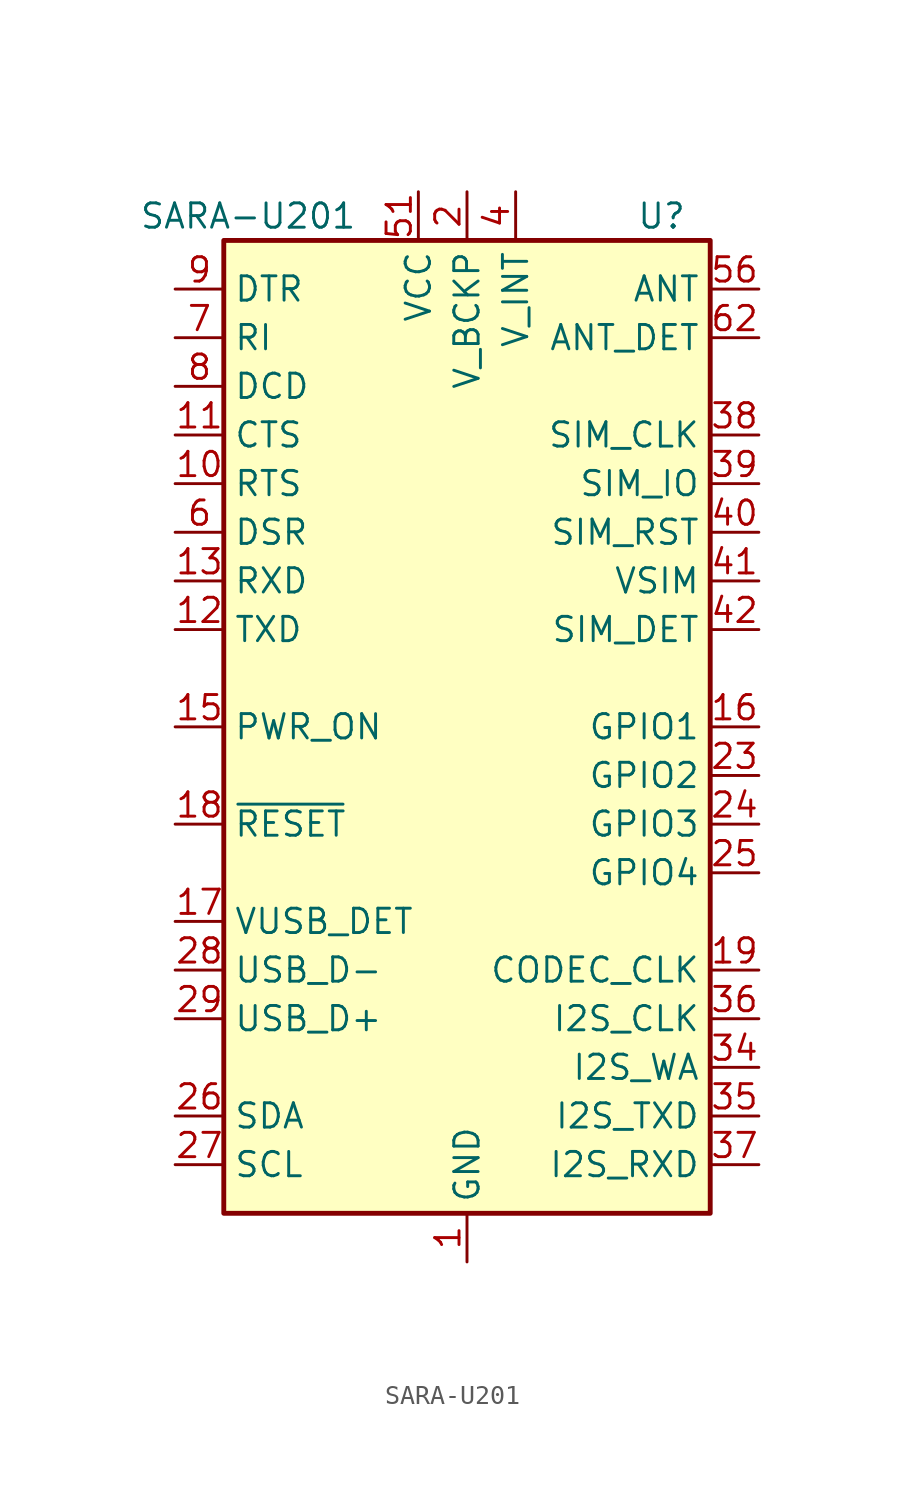
<source format=kicad_sym>
(kicad_symbol_lib
  (version 20220914)
  (generator kicad_symbol_editor)
  (symbol "SARA-U201"
    (property "Reference" "U"
      (at 10.16 26.67 0)
      (effects (font (size 1.27 1.27))))
    (property "Value" "SARA-U201"
      (at -11.43 26.67 0)
      (effects (font (size 1.27 1.27))))
    (symbol "SARA-U201_0_1"
      (rectangle (start -12.7 25.4) (end 12.7 -25.4) (stroke (width 0.254) (type default)) (fill (type background))))
    (symbol "SARA-U201_1_1"
      (pin power_in line (at 0 -27.94 90) (length 2.54) (name "GND" (effects (font (size 1.27 1.27)))) (number "1" (effects (font (size 1.27 1.27)))))
      (pin input line (at -15.24 12.7 0) (length 2.54) (name "RTS" (effects (font (size 1.27 1.27)))) (number "10" (effects (font (size 1.27 1.27)))))
      (pin output line (at -15.24 15.24 0) (length 2.54) (name "CTS" (effects (font (size 1.27 1.27)))) (number "11" (effects (font (size 1.27 1.27)))))
      (pin input line (at -15.24 5.08 0) (length 2.54) (name "TXD" (effects (font (size 1.27 1.27)))) (number "12" (effects (font (size 1.27 1.27)))))
      (pin output line (at -15.24 7.62 0) (length 2.54) (name "RXD" (effects (font (size 1.27 1.27)))) (number "13" (effects (font (size 1.27 1.27)))))
      (pin passive line (at 0 -27.94 90) (length 2.54) hide (name "GND" (effects (font (size 1.27 1.27)))) (number "14" (effects (font (size 1.27 1.27)))))
      (pin input line (at -15.24 0 0) (length 2.54) (name "PWR_ON" (effects (font (size 1.27 1.27)))) (number "15" (effects (font (size 1.27 1.27)))))
      (pin bidirectional line (at 15.24 0 180) (length 2.54) (name "GPIO1" (effects (font (size 1.27 1.27)))) (number "16" (effects (font (size 1.27 1.27)))))
      (pin input line (at -15.24 -10.16 0) (length 2.54) (name "VUSB_DET" (effects (font (size 1.27 1.27)))) (number "17" (effects (font (size 1.27 1.27)))))
      (pin input line (at -15.24 -5.08 0) (length 2.54) (name "~{RESET}" (effects (font (size 1.27 1.27)))) (number "18" (effects (font (size 1.27 1.27)))))
      (pin output line (at 15.24 -12.7 180) (length 2.54) (name "CODEC_CLK" (effects (font (size 1.27 1.27)))) (number "19" (effects (font (size 1.27 1.27)))))
      (pin power_out line (at 0 27.94 270) (length 2.54) (name "V_BCKP" (effects (font (size 1.27 1.27)))) (number "2" (effects (font (size 1.27 1.27)))))
      (pin passive line (at 0 -27.94 90) (length 2.54) hide (name "GND" (effects (font (size 1.27 1.27)))) (number "20" (effects (font (size 1.27 1.27)))))
      (pin passive line (at 0 -27.94 90) (length 2.54) hide (name "GND" (effects (font (size 1.27 1.27)))) (number "21" (effects (font (size 1.27 1.27)))))
      (pin passive line (at 0 -27.94 90) (length 2.54) hide (name "GND" (effects (font (size 1.27 1.27)))) (number "22" (effects (font (size 1.27 1.27)))))
      (pin bidirectional line (at 15.24 -2.54 180) (length 2.54) (name "GPIO2" (effects (font (size 1.27 1.27)))) (number "23" (effects (font (size 1.27 1.27)))))
      (pin bidirectional line (at 15.24 -5.08 180) (length 2.54) (name "GPIO3" (effects (font (size 1.27 1.27)))) (number "24" (effects (font (size 1.27 1.27)))))
      (pin bidirectional line (at 15.24 -7.62 180) (length 2.54) (name "GPIO4" (effects (font (size 1.27 1.27)))) (number "25" (effects (font (size 1.27 1.27)))))
      (pin bidirectional line (at -15.24 -20.32 0) (length 2.54) (name "SDA" (effects (font (size 1.27 1.27)))) (number "26" (effects (font (size 1.27 1.27)))))
      (pin output line (at -15.24 -22.86 0) (length 2.54) (name "SCL" (effects (font (size 1.27 1.27)))) (number "27" (effects (font (size 1.27 1.27)))))
      (pin bidirectional line (at -15.24 -12.7 0) (length 2.54) (name "USB_D-" (effects (font (size 1.27 1.27)))) (number "28" (effects (font (size 1.27 1.27)))))
      (pin bidirectional line (at -15.24 -15.24 0) (length 2.54) (name "USB_D+" (effects (font (size 1.27 1.27)))) (number "29" (effects (font (size 1.27 1.27)))))
      (pin passive line (at 0 -27.94 90) (length 2.54) hide (name "GND" (effects (font (size 1.27 1.27)))) (number "3" (effects (font (size 1.27 1.27)))))
      (pin passive line (at 0 -27.94 90) (length 2.54) hide (name "GND" (effects (font (size 1.27 1.27)))) (number "30" (effects (font (size 1.27 1.27)))))
      (pin no_connect line (at -12.7 2.54 0) (length 2.54) hide (name "RSVD" (effects (font (size 1.27 1.27)))) (number "31" (effects (font (size 1.27 1.27)))))
      (pin passive line (at 0 -27.94 90) (length 2.54) hide (name "GND" (effects (font (size 1.27 1.27)))) (number "32" (effects (font (size 1.27 1.27)))))
      (pin no_connect line (at -12.7 -2.54 0) (length 2.54) hide (name "RSVD" (effects (font (size 1.27 1.27)))) (number "33" (effects (font (size 1.27 1.27)))))
      (pin bidirectional line (at 15.24 -17.78 180) (length 2.54) (name "I2S_WA" (effects (font (size 1.27 1.27)))) (number "34" (effects (font (size 1.27 1.27)))))
      (pin output line (at 15.24 -20.32 180) (length 2.54) (name "I2S_TXD" (effects (font (size 1.27 1.27)))) (number "35" (effects (font (size 1.27 1.27)))))
      (pin output line (at 15.24 -15.24 180) (length 2.54) (name "I2S_CLK" (effects (font (size 1.27 1.27)))) (number "36" (effects (font (size 1.27 1.27)))))
      (pin input line (at 15.24 -22.86 180) (length 2.54) (name "I2S_RXD" (effects (font (size 1.27 1.27)))) (number "37" (effects (font (size 1.27 1.27)))))
      (pin output line (at 15.24 15.24 180) (length 2.54) (name "SIM_CLK" (effects (font (size 1.27 1.27)))) (number "38" (effects (font (size 1.27 1.27)))))
      (pin bidirectional line (at 15.24 12.7 180) (length 2.54) (name "SIM_IO" (effects (font (size 1.27 1.27)))) (number "39" (effects (font (size 1.27 1.27)))))
      (pin power_out line (at 2.54 27.94 270) (length 2.54) (name "V_INT" (effects (font (size 1.27 1.27)))) (number "4" (effects (font (size 1.27 1.27)))))
      (pin output line (at 15.24 10.16 180) (length 2.54) (name "SIM_RST" (effects (font (size 1.27 1.27)))) (number "40" (effects (font (size 1.27 1.27)))))
      (pin power_out line (at 15.24 7.62 180) (length 2.54) (name "VSIM" (effects (font (size 1.27 1.27)))) (number "41" (effects (font (size 1.27 1.27)))))
      (pin input line (at 15.24 5.08 180) (length 2.54) (name "SIM_DET" (effects (font (size 1.27 1.27)))) (number "42" (effects (font (size 1.27 1.27)))))
      (pin passive line (at 0 -27.94 90) (length 2.54) hide (name "GND" (effects (font (size 1.27 1.27)))) (number "43" (effects (font (size 1.27 1.27)))))
      (pin no_connect line (at -12.7 -7.62 0) (length 2.54) hide (name "RSVD" (effects (font (size 1.27 1.27)))) (number "44" (effects (font (size 1.27 1.27)))))
      (pin no_connect line (at -12.7 -17.78 0) (length 2.54) hide (name "RSVD" (effects (font (size 1.27 1.27)))) (number "45" (effects (font (size 1.27 1.27)))))
      (pin no_connect line (at -2.54 -25.4 90) (length 2.54) hide (name "RSVD" (effects (font (size 1.27 1.27)))) (number "46" (effects (font (size 1.27 1.27)))))
      (pin no_connect line (at 12.7 -10.16 180) (length 2.54) hide (name "RSVD" (effects (font (size 1.27 1.27)))) (number "47" (effects (font (size 1.27 1.27)))))
      (pin no_connect line (at 12.7 2.54 180) (length 2.54) hide (name "RSVD" (effects (font (size 1.27 1.27)))) (number "48" (effects (font (size 1.27 1.27)))))
      (pin no_connect line (at 12.7 17.78 180) (length 2.54) hide (name "RSVD" (effects (font (size 1.27 1.27)))) (number "49" (effects (font (size 1.27 1.27)))))
      (pin passive line (at 0 -27.94 90) (length 2.54) hide (name "GND" (effects (font (size 1.27 1.27)))) (number "5" (effects (font (size 1.27 1.27)))))
      (pin passive line (at 0 -27.94 90) (length 2.54) hide (name "GND" (effects (font (size 1.27 1.27)))) (number "50" (effects (font (size 1.27 1.27)))))
      (pin power_in line (at -2.54 27.94 270) (length 2.54) (name "VCC" (effects (font (size 1.27 1.27)))) (number "51" (effects (font (size 1.27 1.27)))))
      (pin passive line (at -2.54 27.94 270) (length 2.54) hide (name "VCC" (effects (font (size 1.27 1.27)))) (number "52" (effects (font (size 1.27 1.27)))))
      (pin passive line (at -2.54 27.94 270) (length 2.54) hide (name "VCC" (effects (font (size 1.27 1.27)))) (number "53" (effects (font (size 1.27 1.27)))))
      (pin passive line (at 0 -27.94 90) (length 2.54) hide (name "GND" (effects (font (size 1.27 1.27)))) (number "54" (effects (font (size 1.27 1.27)))))
      (pin passive line (at 0 -27.94 90) (length 2.54) hide (name "GND" (effects (font (size 1.27 1.27)))) (number "55" (effects (font (size 1.27 1.27)))))
      (pin passive line (at 15.24 22.86 180) (length 2.54) (name "ANT" (effects (font (size 1.27 1.27)))) (number "56" (effects (font (size 1.27 1.27)))))
      (pin passive line (at 0 -27.94 90) (length 2.54) hide (name "GND" (effects (font (size 1.27 1.27)))) (number "57" (effects (font (size 1.27 1.27)))))
      (pin passive line (at 0 -27.94 90) (length 2.54) hide (name "GND" (effects (font (size 1.27 1.27)))) (number "58" (effects (font (size 1.27 1.27)))))
      (pin passive line (at 0 -27.94 90) (length 2.54) hide (name "GND" (effects (font (size 1.27 1.27)))) (number "59" (effects (font (size 1.27 1.27)))))
      (pin output line (at -15.24 10.16 0) (length 2.54) (name "DSR" (effects (font (size 1.27 1.27)))) (number "6" (effects (font (size 1.27 1.27)))))
      (pin passive line (at 0 -27.94 90) (length 2.54) hide (name "GND" (effects (font (size 1.27 1.27)))) (number "60" (effects (font (size 1.27 1.27)))))
      (pin passive line (at 0 -27.94 90) (length 2.54) hide (name "GND" (effects (font (size 1.27 1.27)))) (number "61" (effects (font (size 1.27 1.27)))))
      (pin input line (at 15.24 20.32 180) (length 2.54) (name "ANT_DET" (effects (font (size 1.27 1.27)))) (number "62" (effects (font (size 1.27 1.27)))))
      (pin passive line (at 0 -27.94 90) (length 2.54) hide (name "GND" (effects (font (size 1.27 1.27)))) (number "63" (effects (font (size 1.27 1.27)))))
      (pin passive line (at 0 -27.94 90) (length 2.54) hide (name "GND" (effects (font (size 1.27 1.27)))) (number "64" (effects (font (size 1.27 1.27)))))
      (pin passive line (at 0 -27.94 90) (length 2.54) hide (name "GND" (effects (font (size 1.27 1.27)))) (number "65" (effects (font (size 1.27 1.27)))))
      (pin passive line (at 0 -27.94 90) (length 2.54) hide (name "GND" (effects (font (size 1.27 1.27)))) (number "66" (effects (font (size 1.27 1.27)))))
      (pin passive line (at 0 -27.94 90) (length 2.54) hide (name "GND" (effects (font (size 1.27 1.27)))) (number "67" (effects (font (size 1.27 1.27)))))
      (pin passive line (at 0 -27.94 90) (length 2.54) hide (name "GND" (effects (font (size 1.27 1.27)))) (number "68" (effects (font (size 1.27 1.27)))))
      (pin passive line (at 0 -27.94 90) (length 2.54) hide (name "GND" (effects (font (size 1.27 1.27)))) (number "69" (effects (font (size 1.27 1.27)))))
      (pin output line (at -15.24 20.32 0) (length 2.54) (name "RI" (effects (font (size 1.27 1.27)))) (number "7" (effects (font (size 1.27 1.27)))))
      (pin passive line (at 0 -27.94 90) (length 2.54) hide (name "GND" (effects (font (size 1.27 1.27)))) (number "70" (effects (font (size 1.27 1.27)))))
      (pin passive line (at 0 -27.94 90) (length 2.54) hide (name "GND" (effects (font (size 1.27 1.27)))) (number "71" (effects (font (size 1.27 1.27)))))
      (pin passive line (at 0 -27.94 90) (length 2.54) hide (name "GND" (effects (font (size 1.27 1.27)))) (number "72" (effects (font (size 1.27 1.27)))))
      (pin passive line (at 0 -27.94 90) (length 2.54) hide (name "GND" (effects (font (size 1.27 1.27)))) (number "73" (effects (font (size 1.27 1.27)))))
      (pin passive line (at 0 -27.94 90) (length 2.54) hide (name "GND" (effects (font (size 1.27 1.27)))) (number "74" (effects (font (size 1.27 1.27)))))
      (pin passive line (at 0 -27.94 90) (length 2.54) hide (name "GND" (effects (font (size 1.27 1.27)))) (number "75" (effects (font (size 1.27 1.27)))))
      (pin passive line (at 0 -27.94 90) (length 2.54) hide (name "GND" (effects (font (size 1.27 1.27)))) (number "76" (effects (font (size 1.27 1.27)))))
      (pin passive line (at 0 -27.94 90) (length 2.54) hide (name "GND" (effects (font (size 1.27 1.27)))) (number "77" (effects (font (size 1.27 1.27)))))
      (pin passive line (at 0 -27.94 90) (length 2.54) hide (name "GND" (effects (font (size 1.27 1.27)))) (number "78" (effects (font (size 1.27 1.27)))))
      (pin passive line (at 0 -27.94 90) (length 2.54) hide (name "GND" (effects (font (size 1.27 1.27)))) (number "79" (effects (font (size 1.27 1.27)))))
      (pin output line (at -15.24 17.78 0) (length 2.54) (name "DCD" (effects (font (size 1.27 1.27)))) (number "8" (effects (font (size 1.27 1.27)))))
      (pin passive line (at 0 -27.94 90) (length 2.54) hide (name "GND" (effects (font (size 1.27 1.27)))) (number "80" (effects (font (size 1.27 1.27)))))
      (pin passive line (at 0 -27.94 90) (length 2.54) hide (name "GND" (effects (font (size 1.27 1.27)))) (number "81" (effects (font (size 1.27 1.27)))))
      (pin passive line (at 0 -27.94 90) (length 2.54) hide (name "GND" (effects (font (size 1.27 1.27)))) (number "82" (effects (font (size 1.27 1.27)))))
      (pin passive line (at 0 -27.94 90) (length 2.54) hide (name "GND" (effects (font (size 1.27 1.27)))) (number "83" (effects (font (size 1.27 1.27)))))
      (pin passive line (at 0 -27.94 90) (length 2.54) hide (name "GND" (effects (font (size 1.27 1.27)))) (number "84" (effects (font (size 1.27 1.27)))))
      (pin passive line (at 0 -27.94 90) (length 2.54) hide (name "GND" (effects (font (size 1.27 1.27)))) (number "85" (effects (font (size 1.27 1.27)))))
      (pin passive line (at 0 -27.94 90) (length 2.54) hide (name "GND" (effects (font (size 1.27 1.27)))) (number "86" (effects (font (size 1.27 1.27)))))
      (pin passive line (at 0 -27.94 90) (length 2.54) hide (name "GND" (effects (font (size 1.27 1.27)))) (number "87" (effects (font (size 1.27 1.27)))))
      (pin passive line (at 0 -27.94 90) (length 2.54) hide (name "GND" (effects (font (size 1.27 1.27)))) (number "88" (effects (font (size 1.27 1.27)))))
      (pin passive line (at 0 -27.94 90) (length 2.54) hide (name "GND" (effects (font (size 1.27 1.27)))) (number "89" (effects (font (size 1.27 1.27)))))
      (pin input line (at -15.24 22.86 0) (length 2.54) (name "DTR" (effects (font (size 1.27 1.27)))) (number "9" (effects (font (size 1.27 1.27)))))
      (pin passive line (at 0 -27.94 90) (length 2.54) hide (name "GND" (effects (font (size 1.27 1.27)))) (number "90" (effects (font (size 1.27 1.27)))))
      (pin passive line (at 0 -27.94 90) (length 2.54) hide (name "GND" (effects (font (size 1.27 1.27)))) (number "91" (effects (font (size 1.27 1.27)))))
      (pin passive line (at 0 -27.94 90) (length 2.54) hide (name "GND" (effects (font (size 1.27 1.27)))) (number "92" (effects (font (size 1.27 1.27)))))
      (pin passive line (at 0 -27.94 90) (length 2.54) hide (name "GND" (effects (font (size 1.27 1.27)))) (number "93" (effects (font (size 1.27 1.27)))))
      (pin passive line (at 0 -27.94 90) (length 2.54) hide (name "GND" (effects (font (size 1.27 1.27)))) (number "94" (effects (font (size 1.27 1.27)))))
      (pin passive line (at 0 -27.94 90) (length 2.54) hide (name "GND" (effects (font (size 1.27 1.27)))) (number "95" (effects (font (size 1.27 1.27)))))
      (pin passive line (at 0 -27.94 90) (length 2.54) hide (name "GND" (effects (font (size 1.27 1.27)))) (number "96" (effects (font (size 1.27 1.27))))))))
</source>
